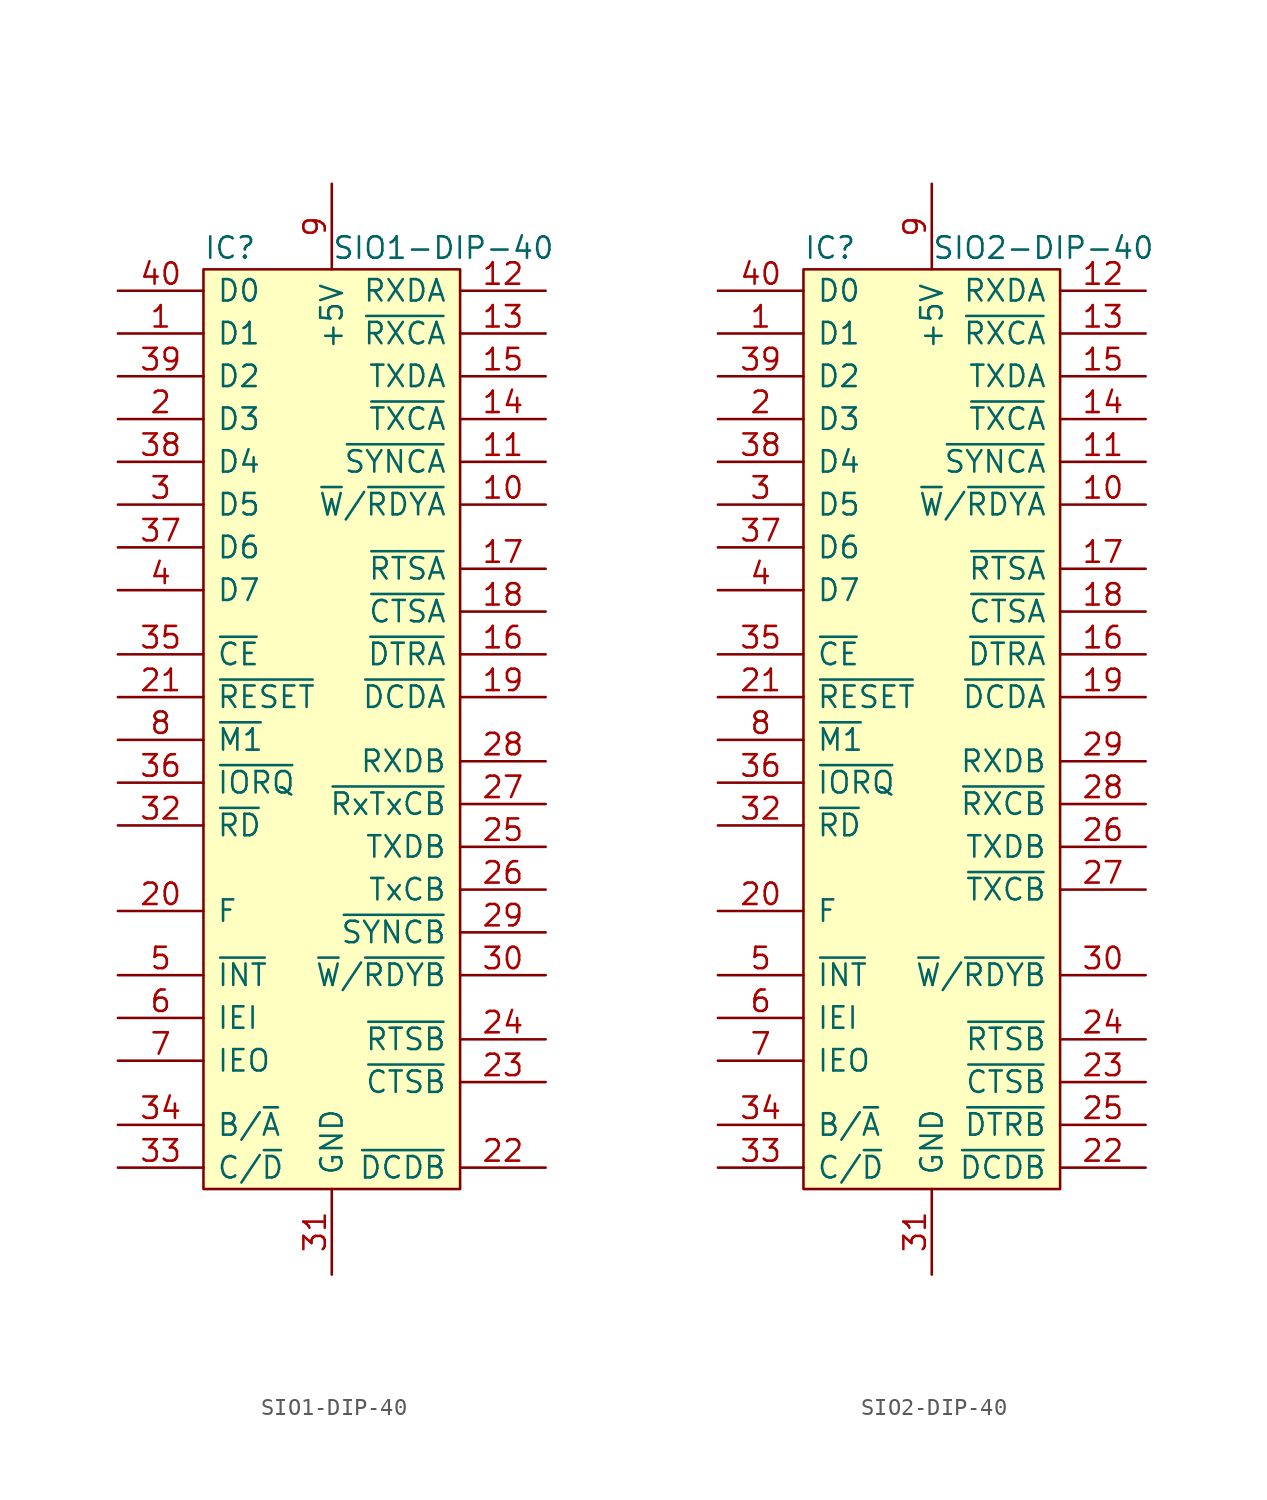
<source format=kicad_sym>
(kicad_symbol_lib
  (version 20211014)
  (generator kicad_symbol_editor)
  (symbol "SIO1-DIP-40"
    (pin_names
      (offset 0.762))
    (property "Reference" "IC"
      (at 0 1.27 0)
      (effects (font (size 1.27 1.27)) (justify left)))
    (property "Value" "SIO1-DIP-40"
      (at 7.62 1.27 0)
      (effects (font (size 1.27 1.27)) (justify left)))
    (symbol "SIO1-DIP-40_0_0"
      (pin bidirectional line (at -5.08 -3.81 0) (length 5.08) (name "D1" (effects (font (size 1.27 1.27)))) (number "1" (effects (font (size 1.27 1.27)))))
      (pin output line (at 20.32 -13.97 180) (length 5.08) (name "~{W}/~{RDYA}" (effects (font (size 1.27 1.27)))) (number "10" (effects (font (size 1.27 1.27)))))
      (pin bidirectional line (at 20.32 -11.43 180) (length 5.08) (name "~{SYNCA}" (effects (font (size 1.27 1.27)))) (number "11" (effects (font (size 1.27 1.27)))))
      (pin input line (at 20.32 -1.27 180) (length 5.08) (name "RXDA" (effects (font (size 1.27 1.27)))) (number "12" (effects (font (size 1.27 1.27)))))
      (pin input line (at 20.32 -3.81 180) (length 5.08) (name "~{RXCA}" (effects (font (size 1.27 1.27)))) (number "13" (effects (font (size 1.27 1.27)))))
      (pin output line (at 20.32 -8.89 180) (length 5.08) (name "~{TXCA}" (effects (font (size 1.27 1.27)))) (number "14" (effects (font (size 1.27 1.27)))))
      (pin output line (at 20.32 -6.35 180) (length 5.08) (name "TXDA" (effects (font (size 1.27 1.27)))) (number "15" (effects (font (size 1.27 1.27)))))
      (pin output line (at 20.32 -22.86 180) (length 5.08) (name "~{DTRA}" (effects (font (size 1.27 1.27)))) (number "16" (effects (font (size 1.27 1.27)))))
      (pin output line (at 20.32 -17.78 180) (length 5.08) (name "~{RTSA}" (effects (font (size 1.27 1.27)))) (number "17" (effects (font (size 1.27 1.27)))))
      (pin input line (at 20.32 -20.32 180) (length 5.08) (name "~{CTSA}" (effects (font (size 1.27 1.27)))) (number "18" (effects (font (size 1.27 1.27)))))
      (pin input line (at 20.32 -25.4 180) (length 5.08) (name "~{DCDA}" (effects (font (size 1.27 1.27)))) (number "19" (effects (font (size 1.27 1.27)))))
      (pin bidirectional line (at -5.08 -8.89 0) (length 5.08) (name "D3" (effects (font (size 1.27 1.27)))) (number "2" (effects (font (size 1.27 1.27)))))
      (pin input line (at -5.08 -38.1 0) (length 5.08) (name "F" (effects (font (size 1.27 1.27)))) (number "20" (effects (font (size 1.27 1.27)))))
      (pin input line (at -5.08 -25.4 0) (length 5.08) (name "~{RESET}" (effects (font (size 1.27 1.27)))) (number "21" (effects (font (size 1.27 1.27)))))
      (pin input line (at 20.32 -53.34 180) (length 5.08) (name "~{DCDB}" (effects (font (size 1.27 1.27)))) (number "22" (effects (font (size 1.27 1.27)))))
      (pin input line (at 20.32 -48.26 180) (length 5.08) (name "~{CTSB}" (effects (font (size 1.27 1.27)))) (number "23" (effects (font (size 1.27 1.27)))))
      (pin output line (at 20.32 -45.72 180) (length 5.08) (name "~{RTSB}" (effects (font (size 1.27 1.27)))) (number "24" (effects (font (size 1.27 1.27)))))
      (pin output line (at 20.32 -34.29 180) (length 5.08) (name "TXDB" (effects (font (size 1.27 1.27)))) (number "25" (effects (font (size 1.27 1.27)))))
      (pin output line (at 20.32 -36.83 180) (length 5.08) (name "TxCB" (effects (font (size 1.27 1.27)))) (number "26" (effects (font (size 1.27 1.27)))))
      (pin input line (at 20.32 -31.75 180) (length 5.08) (name "~{RxTxCB}" (effects (font (size 1.27 1.27)))) (number "27" (effects (font (size 1.27 1.27)))))
      (pin input line (at 20.32 -29.21 180) (length 5.08) (name "RXDB" (effects (font (size 1.27 1.27)))) (number "28" (effects (font (size 1.27 1.27)))))
      (pin input line (at 20.32 -39.37 180) (length 5.08) (name "~{SYNCB}" (effects (font (size 1.27 1.27)))) (number "29" (effects (font (size 1.27 1.27)))))
      (pin bidirectional line (at -5.08 -13.97 0) (length 5.08) (name "D5" (effects (font (size 1.27 1.27)))) (number "3" (effects (font (size 1.27 1.27)))))
      (pin output line (at 20.32 -41.91 180) (length 5.08) (name "~{W}/~{RDYB}" (effects (font (size 1.27 1.27)))) (number "30" (effects (font (size 1.27 1.27)))))
      (pin power_in line (at 7.62 -59.69 90) (length 5.08) (name "GND" (effects (font (size 1.27 1.27)))) (number "31" (effects (font (size 1.27 1.27)))))
      (pin input line (at -5.08 -33.02 0) (length 5.08) (name "~{RD}" (effects (font (size 1.27 1.27)))) (number "32" (effects (font (size 1.27 1.27)))))
      (pin input line (at -5.08 -53.34 0) (length 5.08) (name "C/~{D}" (effects (font (size 1.27 1.27)))) (number "33" (effects (font (size 1.27 1.27)))))
      (pin input line (at -5.08 -50.8 0) (length 5.08) (name "B/~{A}" (effects (font (size 1.27 1.27)))) (number "34" (effects (font (size 1.27 1.27)))))
      (pin input line (at -5.08 -22.86 0) (length 5.08) (name "~{CE}" (effects (font (size 1.27 1.27)))) (number "35" (effects (font (size 1.27 1.27)))))
      (pin input line (at -5.08 -30.48 0) (length 5.08) (name "~{IORQ}" (effects (font (size 1.27 1.27)))) (number "36" (effects (font (size 1.27 1.27)))))
      (pin bidirectional line (at -5.08 -16.51 0) (length 5.08) (name "D6" (effects (font (size 1.27 1.27)))) (number "37" (effects (font (size 1.27 1.27)))))
      (pin bidirectional line (at -5.08 -11.43 0) (length 5.08) (name "D4" (effects (font (size 1.27 1.27)))) (number "38" (effects (font (size 1.27 1.27)))))
      (pin bidirectional line (at -5.08 -6.35 0) (length 5.08) (name "D2" (effects (font (size 1.27 1.27)))) (number "39" (effects (font (size 1.27 1.27)))))
      (pin bidirectional line (at -5.08 -19.05 0) (length 5.08) (name "D7" (effects (font (size 1.27 1.27)))) (number "4" (effects (font (size 1.27 1.27)))))
      (pin bidirectional line (at -5.08 -1.27 0) (length 5.08) (name "D0" (effects (font (size 1.27 1.27)))) (number "40" (effects (font (size 1.27 1.27)))))
      (pin open_collector line (at -5.08 -41.91 0) (length 5.08) (name "~{INT}" (effects (font (size 1.27 1.27)))) (number "5" (effects (font (size 1.27 1.27)))))
      (pin input line (at -5.08 -44.45 0) (length 5.08) (name "IEI" (effects (font (size 1.27 1.27)))) (number "6" (effects (font (size 1.27 1.27)))))
      (pin output line (at -5.08 -46.99 0) (length 5.08) (name "IEO" (effects (font (size 1.27 1.27)))) (number "7" (effects (font (size 1.27 1.27)))))
      (pin input line (at -5.08 -27.94 0) (length 5.08) (name "~{M1}" (effects (font (size 1.27 1.27)))) (number "8" (effects (font (size 1.27 1.27)))))
      (pin power_in line (at 7.62 5.08 270) (length 5.08) (name "+5V" (effects (font (size 1.27 1.27)))) (number "9" (effects (font (size 1.27 1.27))))))
    (symbol "SIO1-DIP-40_0_1"
      (rectangle (start 0 0) (end 15.24 -54.61) (stroke (width 0) (type default) (color 0 0 0 0)) (fill (type background)))))
  (symbol "SIO2-DIP-40"
    (pin_names
      (offset 0.762))
    (property "Reference" "IC"
      (at 0 1.27 0)
      (effects (font (size 1.27 1.27)) (justify left)))
    (property "Value" "SIO2-DIP-40"
      (at 7.62 1.27 0)
      (effects (font (size 1.27 1.27)) (justify left)))
    (symbol "SIO2-DIP-40_0_0"
      (pin bidirectional line (at -5.08 -3.81 0) (length 5.08) (name "D1" (effects (font (size 1.27 1.27)))) (number "1" (effects (font (size 1.27 1.27)))))
      (pin output line (at 20.32 -13.97 180) (length 5.08) (name "~{W}/~{RDYA}" (effects (font (size 1.27 1.27)))) (number "10" (effects (font (size 1.27 1.27)))))
      (pin bidirectional line (at 20.32 -11.43 180) (length 5.08) (name "~{SYNCA}" (effects (font (size 1.27 1.27)))) (number "11" (effects (font (size 1.27 1.27)))))
      (pin input line (at 20.32 -1.27 180) (length 5.08) (name "RXDA" (effects (font (size 1.27 1.27)))) (number "12" (effects (font (size 1.27 1.27)))))
      (pin input line (at 20.32 -3.81 180) (length 5.08) (name "~{RXCA}" (effects (font (size 1.27 1.27)))) (number "13" (effects (font (size 1.27 1.27)))))
      (pin output line (at 20.32 -8.89 180) (length 5.08) (name "~{TXCA}" (effects (font (size 1.27 1.27)))) (number "14" (effects (font (size 1.27 1.27)))))
      (pin output line (at 20.32 -6.35 180) (length 5.08) (name "TXDA" (effects (font (size 1.27 1.27)))) (number "15" (effects (font (size 1.27 1.27)))))
      (pin output line (at 20.32 -22.86 180) (length 5.08) (name "~{DTRA}" (effects (font (size 1.27 1.27)))) (number "16" (effects (font (size 1.27 1.27)))))
      (pin output line (at 20.32 -17.78 180) (length 5.08) (name "~{RTSA}" (effects (font (size 1.27 1.27)))) (number "17" (effects (font (size 1.27 1.27)))))
      (pin input line (at 20.32 -20.32 180) (length 5.08) (name "~{CTSA}" (effects (font (size 1.27 1.27)))) (number "18" (effects (font (size 1.27 1.27)))))
      (pin input line (at 20.32 -25.4 180) (length 5.08) (name "~{DCDA}" (effects (font (size 1.27 1.27)))) (number "19" (effects (font (size 1.27 1.27)))))
      (pin bidirectional line (at -5.08 -8.89 0) (length 5.08) (name "D3" (effects (font (size 1.27 1.27)))) (number "2" (effects (font (size 1.27 1.27)))))
      (pin input line (at -5.08 -38.1 0) (length 5.08) (name "F" (effects (font (size 1.27 1.27)))) (number "20" (effects (font (size 1.27 1.27)))))
      (pin input line (at -5.08 -25.4 0) (length 5.08) (name "~{RESET}" (effects (font (size 1.27 1.27)))) (number "21" (effects (font (size 1.27 1.27)))))
      (pin input line (at 20.32 -53.34 180) (length 5.08) (name "~{DCDB}" (effects (font (size 1.27 1.27)))) (number "22" (effects (font (size 1.27 1.27)))))
      (pin input line (at 20.32 -48.26 180) (length 5.08) (name "~{CTSB}" (effects (font (size 1.27 1.27)))) (number "23" (effects (font (size 1.27 1.27)))))
      (pin output line (at 20.32 -45.72 180) (length 5.08) (name "~{RTSB}" (effects (font (size 1.27 1.27)))) (number "24" (effects (font (size 1.27 1.27)))))
      (pin output line (at 20.32 -50.8 180) (length 5.08) (name "~{DTRB}" (effects (font (size 1.27 1.27)))) (number "25" (effects (font (size 1.27 1.27)))))
      (pin output line (at 20.32 -34.29 180) (length 5.08) (name "TXDB" (effects (font (size 1.27 1.27)))) (number "26" (effects (font (size 1.27 1.27)))))
      (pin input line (at 20.32 -36.83 180) (length 5.08) (name "~{TXCB}" (effects (font (size 1.27 1.27)))) (number "27" (effects (font (size 1.27 1.27)))))
      (pin input line (at 20.32 -31.75 180) (length 5.08) (name "~{RXCB}" (effects (font (size 1.27 1.27)))) (number "28" (effects (font (size 1.27 1.27)))))
      (pin input line (at 20.32 -29.21 180) (length 5.08) (name "RXDB" (effects (font (size 1.27 1.27)))) (number "29" (effects (font (size 1.27 1.27)))))
      (pin bidirectional line (at -5.08 -13.97 0) (length 5.08) (name "D5" (effects (font (size 1.27 1.27)))) (number "3" (effects (font (size 1.27 1.27)))))
      (pin output line (at 20.32 -41.91 180) (length 5.08) (name "~{W}/~{RDYB}" (effects (font (size 1.27 1.27)))) (number "30" (effects (font (size 1.27 1.27)))))
      (pin power_in line (at 7.62 -59.69 90) (length 5.08) (name "GND" (effects (font (size 1.27 1.27)))) (number "31" (effects (font (size 1.27 1.27)))))
      (pin input line (at -5.08 -33.02 0) (length 5.08) (name "~{RD}" (effects (font (size 1.27 1.27)))) (number "32" (effects (font (size 1.27 1.27)))))
      (pin input line (at -5.08 -53.34 0) (length 5.08) (name "C/~{D}" (effects (font (size 1.27 1.27)))) (number "33" (effects (font (size 1.27 1.27)))))
      (pin input line (at -5.08 -50.8 0) (length 5.08) (name "B/~{A}" (effects (font (size 1.27 1.27)))) (number "34" (effects (font (size 1.27 1.27)))))
      (pin input line (at -5.08 -22.86 0) (length 5.08) (name "~{CE}" (effects (font (size 1.27 1.27)))) (number "35" (effects (font (size 1.27 1.27)))))
      (pin input line (at -5.08 -30.48 0) (length 5.08) (name "~{IORQ}" (effects (font (size 1.27 1.27)))) (number "36" (effects (font (size 1.27 1.27)))))
      (pin bidirectional line (at -5.08 -16.51 0) (length 5.08) (name "D6" (effects (font (size 1.27 1.27)))) (number "37" (effects (font (size 1.27 1.27)))))
      (pin bidirectional line (at -5.08 -11.43 0) (length 5.08) (name "D4" (effects (font (size 1.27 1.27)))) (number "38" (effects (font (size 1.27 1.27)))))
      (pin bidirectional line (at -5.08 -6.35 0) (length 5.08) (name "D2" (effects (font (size 1.27 1.27)))) (number "39" (effects (font (size 1.27 1.27)))))
      (pin bidirectional line (at -5.08 -19.05 0) (length 5.08) (name "D7" (effects (font (size 1.27 1.27)))) (number "4" (effects (font (size 1.27 1.27)))))
      (pin bidirectional line (at -5.08 -1.27 0) (length 5.08) (name "D0" (effects (font (size 1.27 1.27)))) (number "40" (effects (font (size 1.27 1.27)))))
      (pin open_collector line (at -5.08 -41.91 0) (length 5.08) (name "~{INT}" (effects (font (size 1.27 1.27)))) (number "5" (effects (font (size 1.27 1.27)))))
      (pin input line (at -5.08 -44.45 0) (length 5.08) (name "IEI" (effects (font (size 1.27 1.27)))) (number "6" (effects (font (size 1.27 1.27)))))
      (pin output line (at -5.08 -46.99 0) (length 5.08) (name "IEO" (effects (font (size 1.27 1.27)))) (number "7" (effects (font (size 1.27 1.27)))))
      (pin input line (at -5.08 -27.94 0) (length 5.08) (name "~{M1}" (effects (font (size 1.27 1.27)))) (number "8" (effects (font (size 1.27 1.27)))))
      (pin power_in line (at 7.62 5.08 270) (length 5.08) (name "+5V" (effects (font (size 1.27 1.27)))) (number "9" (effects (font (size 1.27 1.27))))))
    (symbol "SIO2-DIP-40_0_1"
      (rectangle (start 0 0) (end 15.24 -54.61) (stroke (width 0) (type default) (color 0 0 0 0)) (fill (type background))))))
</source>
